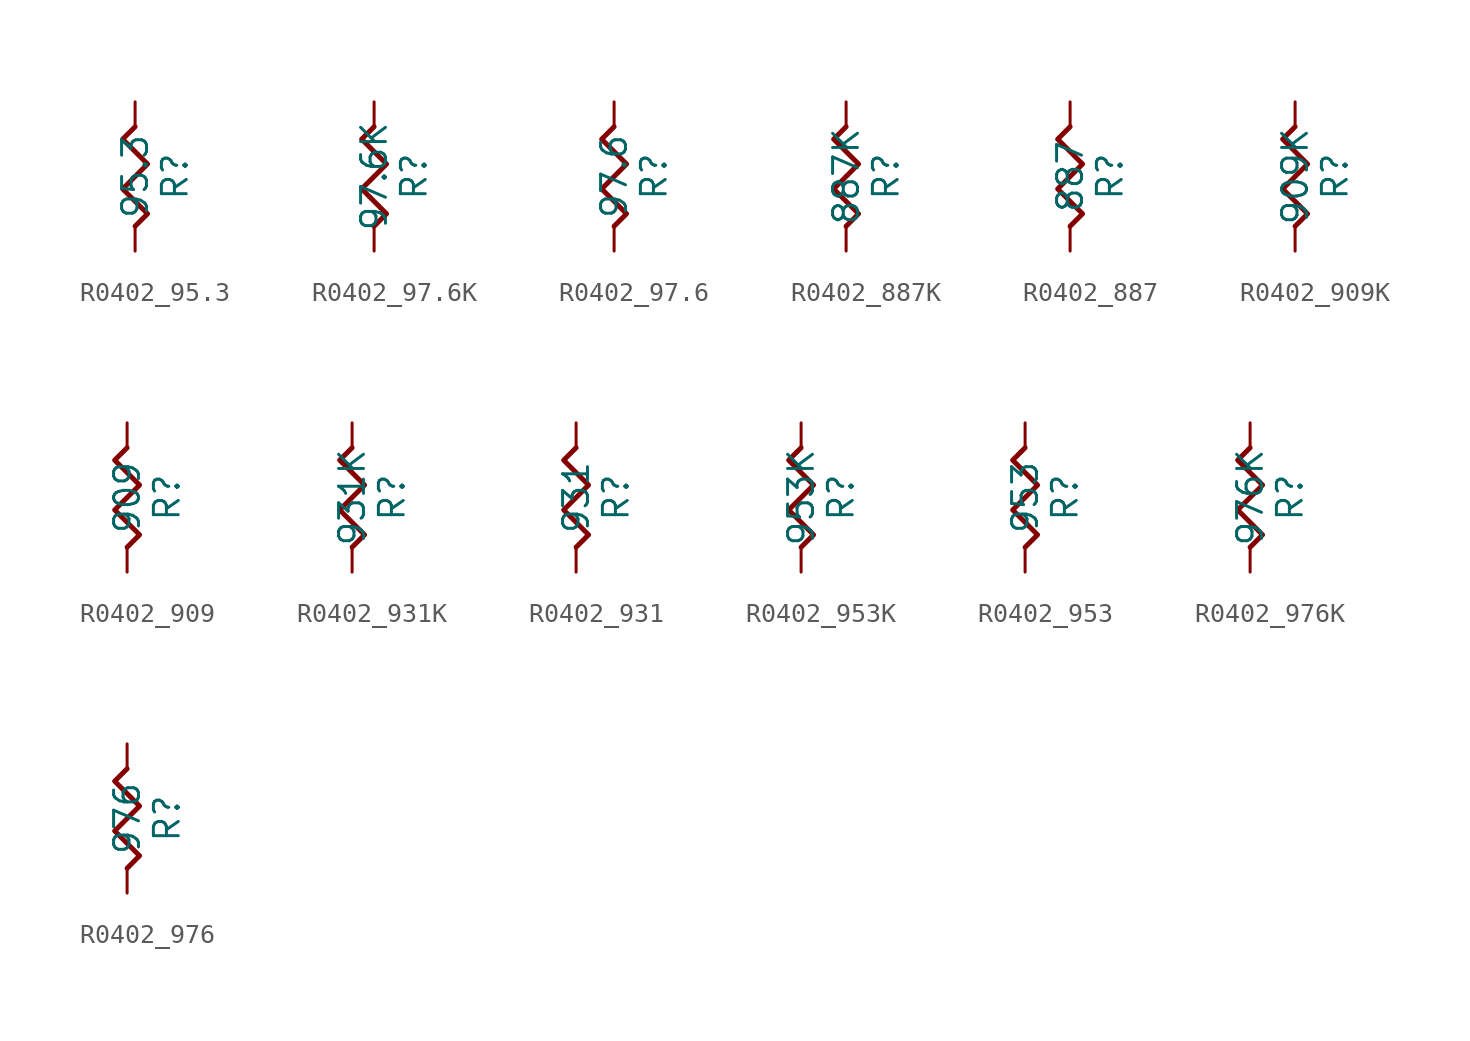
<source format=kicad_sym>
(kicad_symbol_lib
  (version 20211014)
  (generator atlantix-eda)
  (symbol "R0402_95.3"
    (pin_numbers hide)
    (pin_names
      (offset 0))
    (property "Reference" "R"
      (at 2.032 0 90)
      (effects (font (size 1.27 1.27))))
    (property "Value" "95.3"
      (at 0 0 90)
      (effects (font (size 1.27 1.27))))
    (symbol "R0402_95.3_0_1"
      (polyline (pts (xy 0 -2.54) (xy 0.635 -1.905) (xy -0.635 -0.635) (xy 0.635 0.635) (xy -0.635 1.905) (xy 0 2.54)) (stroke (width 0.254) (type default) (color 0 0 0 0)) (fill (type none))))
    (symbol "R0402_95.3_1_1"
      (pin passive line (at 0 3.81 270) (length 1.27) (name "~" (effects (font (size 1.27 1.27)))) (number "1" (effects (font (size 1.27 1.27)))))
      (pin passive line (at 0 -3.81 90) (length 1.27) (name "~" (effects (font (size 1.27 1.27)))) (number "2" (effects (font (size 1.27 1.27)))))))
  (symbol "R0402_97.6K"
    (pin_numbers hide)
    (pin_names
      (offset 0))
    (property "Reference" "R"
      (at 2.032 0 90)
      (effects (font (size 1.27 1.27))))
    (property "Value" "97.6K"
      (at 0 0 90)
      (effects (font (size 1.27 1.27))))
    (symbol "R0402_97.6K_0_1"
      (polyline (pts (xy 0 -2.54) (xy 0.635 -1.905) (xy -0.635 -0.635) (xy 0.635 0.635) (xy -0.635 1.905) (xy 0 2.54)) (stroke (width 0.254) (type default) (color 0 0 0 0)) (fill (type none))))
    (symbol "R0402_97.6K_1_1"
      (pin passive line (at 0 3.81 270) (length 1.27) (name "~" (effects (font (size 1.27 1.27)))) (number "1" (effects (font (size 1.27 1.27)))))
      (pin passive line (at 0 -3.81 90) (length 1.27) (name "~" (effects (font (size 1.27 1.27)))) (number "2" (effects (font (size 1.27 1.27)))))))
  (symbol "R0402_97.6"
    (pin_numbers hide)
    (pin_names
      (offset 0))
    (property "Reference" "R"
      (at 2.032 0 90)
      (effects (font (size 1.27 1.27))))
    (property "Value" "97.6"
      (at 0 0 90)
      (effects (font (size 1.27 1.27))))
    (symbol "R0402_97.6_0_1"
      (polyline (pts (xy 0 -2.54) (xy 0.635 -1.905) (xy -0.635 -0.635) (xy 0.635 0.635) (xy -0.635 1.905) (xy 0 2.54)) (stroke (width 0.254) (type default) (color 0 0 0 0)) (fill (type none))))
    (symbol "R0402_97.6_1_1"
      (pin passive line (at 0 3.81 270) (length 1.27) (name "~" (effects (font (size 1.27 1.27)))) (number "1" (effects (font (size 1.27 1.27)))))
      (pin passive line (at 0 -3.81 90) (length 1.27) (name "~" (effects (font (size 1.27 1.27)))) (number "2" (effects (font (size 1.27 1.27)))))))
  (symbol "R0402_887K"
    (pin_numbers hide)
    (pin_names
      (offset 0))
    (property "Reference" "R"
      (at 2.032 0 90)
      (effects (font (size 1.27 1.27))))
    (property "Value" "887K"
      (at 0 0 90)
      (effects (font (size 1.27 1.27))))
    (symbol "R0402_887K_0_1"
      (polyline (pts (xy 0 -2.54) (xy 0.635 -1.905) (xy -0.635 -0.635) (xy 0.635 0.635) (xy -0.635 1.905) (xy 0 2.54)) (stroke (width 0.254) (type default) (color 0 0 0 0)) (fill (type none))))
    (symbol "R0402_887K_1_1"
      (pin passive line (at 0 3.81 270) (length 1.27) (name "~" (effects (font (size 1.27 1.27)))) (number "1" (effects (font (size 1.27 1.27)))))
      (pin passive line (at 0 -3.81 90) (length 1.27) (name "~" (effects (font (size 1.27 1.27)))) (number "2" (effects (font (size 1.27 1.27)))))))
  (symbol "R0402_887"
    (pin_numbers hide)
    (pin_names
      (offset 0))
    (property "Reference" "R"
      (at 2.032 0 90)
      (effects (font (size 1.27 1.27))))
    (property "Value" "887"
      (at 0 0 90)
      (effects (font (size 1.27 1.27))))
    (symbol "R0402_887_0_1"
      (polyline (pts (xy 0 -2.54) (xy 0.635 -1.905) (xy -0.635 -0.635) (xy 0.635 0.635) (xy -0.635 1.905) (xy 0 2.54)) (stroke (width 0.254) (type default) (color 0 0 0 0)) (fill (type none))))
    (symbol "R0402_887_1_1"
      (pin passive line (at 0 3.81 270) (length 1.27) (name "~" (effects (font (size 1.27 1.27)))) (number "1" (effects (font (size 1.27 1.27)))))
      (pin passive line (at 0 -3.81 90) (length 1.27) (name "~" (effects (font (size 1.27 1.27)))) (number "2" (effects (font (size 1.27 1.27)))))))
  (symbol "R0402_909K"
    (pin_numbers hide)
    (pin_names
      (offset 0))
    (property "Reference" "R"
      (at 2.032 0 90)
      (effects (font (size 1.27 1.27))))
    (property "Value" "909K"
      (at 0 0 90)
      (effects (font (size 1.27 1.27))))
    (symbol "R0402_909K_0_1"
      (polyline (pts (xy 0 -2.54) (xy 0.635 -1.905) (xy -0.635 -0.635) (xy 0.635 0.635) (xy -0.635 1.905) (xy 0 2.54)) (stroke (width 0.254) (type default) (color 0 0 0 0)) (fill (type none))))
    (symbol "R0402_909K_1_1"
      (pin passive line (at 0 3.81 270) (length 1.27) (name "~" (effects (font (size 1.27 1.27)))) (number "1" (effects (font (size 1.27 1.27)))))
      (pin passive line (at 0 -3.81 90) (length 1.27) (name "~" (effects (font (size 1.27 1.27)))) (number "2" (effects (font (size 1.27 1.27)))))))
  (symbol "R0402_909"
    (pin_numbers hide)
    (pin_names
      (offset 0))
    (property "Reference" "R"
      (at 2.032 0 90)
      (effects (font (size 1.27 1.27))))
    (property "Value" "909"
      (at 0 0 90)
      (effects (font (size 1.27 1.27))))
    (symbol "R0402_909_0_1"
      (polyline (pts (xy 0 -2.54) (xy 0.635 -1.905) (xy -0.635 -0.635) (xy 0.635 0.635) (xy -0.635 1.905) (xy 0 2.54)) (stroke (width 0.254) (type default) (color 0 0 0 0)) (fill (type none))))
    (symbol "R0402_909_1_1"
      (pin passive line (at 0 3.81 270) (length 1.27) (name "~" (effects (font (size 1.27 1.27)))) (number "1" (effects (font (size 1.27 1.27)))))
      (pin passive line (at 0 -3.81 90) (length 1.27) (name "~" (effects (font (size 1.27 1.27)))) (number "2" (effects (font (size 1.27 1.27)))))))
  (symbol "R0402_931K"
    (pin_numbers hide)
    (pin_names
      (offset 0))
    (property "Reference" "R"
      (at 2.032 0 90)
      (effects (font (size 1.27 1.27))))
    (property "Value" "931K"
      (at 0 0 90)
      (effects (font (size 1.27 1.27))))
    (symbol "R0402_931K_0_1"
      (polyline (pts (xy 0 -2.54) (xy 0.635 -1.905) (xy -0.635 -0.635) (xy 0.635 0.635) (xy -0.635 1.905) (xy 0 2.54)) (stroke (width 0.254) (type default) (color 0 0 0 0)) (fill (type none))))
    (symbol "R0402_931K_1_1"
      (pin passive line (at 0 3.81 270) (length 1.27) (name "~" (effects (font (size 1.27 1.27)))) (number "1" (effects (font (size 1.27 1.27)))))
      (pin passive line (at 0 -3.81 90) (length 1.27) (name "~" (effects (font (size 1.27 1.27)))) (number "2" (effects (font (size 1.27 1.27)))))))
  (symbol "R0402_931"
    (pin_numbers hide)
    (pin_names
      (offset 0))
    (property "Reference" "R"
      (at 2.032 0 90)
      (effects (font (size 1.27 1.27))))
    (property "Value" "931"
      (at 0 0 90)
      (effects (font (size 1.27 1.27))))
    (symbol "R0402_931_0_1"
      (polyline (pts (xy 0 -2.54) (xy 0.635 -1.905) (xy -0.635 -0.635) (xy 0.635 0.635) (xy -0.635 1.905) (xy 0 2.54)) (stroke (width 0.254) (type default) (color 0 0 0 0)) (fill (type none))))
    (symbol "R0402_931_1_1"
      (pin passive line (at 0 3.81 270) (length 1.27) (name "~" (effects (font (size 1.27 1.27)))) (number "1" (effects (font (size 1.27 1.27)))))
      (pin passive line (at 0 -3.81 90) (length 1.27) (name "~" (effects (font (size 1.27 1.27)))) (number "2" (effects (font (size 1.27 1.27)))))))
  (symbol "R0402_953K"
    (pin_numbers hide)
    (pin_names
      (offset 0))
    (property "Reference" "R"
      (at 2.032 0 90)
      (effects (font (size 1.27 1.27))))
    (property "Value" "953K"
      (at 0 0 90)
      (effects (font (size 1.27 1.27))))
    (symbol "R0402_953K_0_1"
      (polyline (pts (xy 0 -2.54) (xy 0.635 -1.905) (xy -0.635 -0.635) (xy 0.635 0.635) (xy -0.635 1.905) (xy 0 2.54)) (stroke (width 0.254) (type default) (color 0 0 0 0)) (fill (type none))))
    (symbol "R0402_953K_1_1"
      (pin passive line (at 0 3.81 270) (length 1.27) (name "~" (effects (font (size 1.27 1.27)))) (number "1" (effects (font (size 1.27 1.27)))))
      (pin passive line (at 0 -3.81 90) (length 1.27) (name "~" (effects (font (size 1.27 1.27)))) (number "2" (effects (font (size 1.27 1.27)))))))
  (symbol "R0402_953"
    (pin_numbers hide)
    (pin_names
      (offset 0))
    (property "Reference" "R"
      (at 2.032 0 90)
      (effects (font (size 1.27 1.27))))
    (property "Value" "953"
      (at 0 0 90)
      (effects (font (size 1.27 1.27))))
    (symbol "R0402_953_0_1"
      (polyline (pts (xy 0 -2.54) (xy 0.635 -1.905) (xy -0.635 -0.635) (xy 0.635 0.635) (xy -0.635 1.905) (xy 0 2.54)) (stroke (width 0.254) (type default) (color 0 0 0 0)) (fill (type none))))
    (symbol "R0402_953_1_1"
      (pin passive line (at 0 3.81 270) (length 1.27) (name "~" (effects (font (size 1.27 1.27)))) (number "1" (effects (font (size 1.27 1.27)))))
      (pin passive line (at 0 -3.81 90) (length 1.27) (name "~" (effects (font (size 1.27 1.27)))) (number "2" (effects (font (size 1.27 1.27)))))))
  (symbol "R0402_976K"
    (pin_numbers hide)
    (pin_names
      (offset 0))
    (property "Reference" "R"
      (at 2.032 0 90)
      (effects (font (size 1.27 1.27))))
    (property "Value" "976K"
      (at 0 0 90)
      (effects (font (size 1.27 1.27))))
    (symbol "R0402_976K_0_1"
      (polyline (pts (xy 0 -2.54) (xy 0.635 -1.905) (xy -0.635 -0.635) (xy 0.635 0.635) (xy -0.635 1.905) (xy 0 2.54)) (stroke (width 0.254) (type default) (color 0 0 0 0)) (fill (type none))))
    (symbol "R0402_976K_1_1"
      (pin passive line (at 0 3.81 270) (length 1.27) (name "~" (effects (font (size 1.27 1.27)))) (number "1" (effects (font (size 1.27 1.27)))))
      (pin passive line (at 0 -3.81 90) (length 1.27) (name "~" (effects (font (size 1.27 1.27)))) (number "2" (effects (font (size 1.27 1.27)))))))
  (symbol "R0402_976"
    (pin_numbers hide)
    (pin_names
      (offset 0))
    (property "Reference" "R"
      (at 2.032 0 90)
      (effects (font (size 1.27 1.27))))
    (property "Value" "976"
      (at 0 0 90)
      (effects (font (size 1.27 1.27))))
    (symbol "R0402_976_0_1"
      (polyline (pts (xy 0 -2.54) (xy 0.635 -1.905) (xy -0.635 -0.635) (xy 0.635 0.635) (xy -0.635 1.905) (xy 0 2.54)) (stroke (width 0.254) (type default) (color 0 0 0 0)) (fill (type none))))
    (symbol "R0402_976_1_1"
      (pin passive line (at 0 3.81 270) (length 1.27) (name "~" (effects (font (size 1.27 1.27)))) (number "1" (effects (font (size 1.27 1.27)))))
      (pin passive line (at 0 -3.81 90) (length 1.27) (name "~" (effects (font (size 1.27 1.27)))) (number "2" (effects (font (size 1.27 1.27))))))))
</source>
